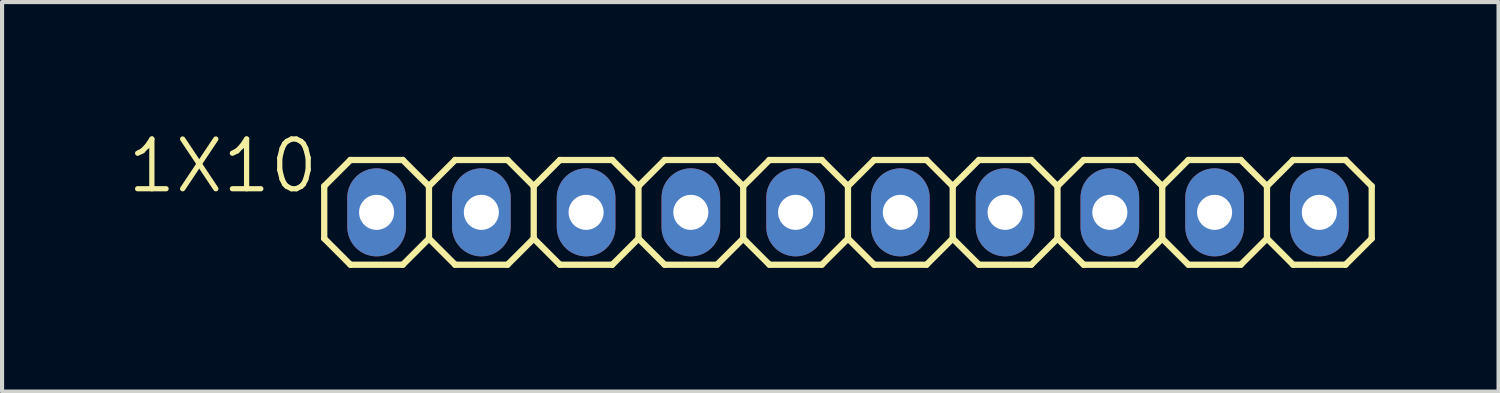
<source format=kicad_pcb>
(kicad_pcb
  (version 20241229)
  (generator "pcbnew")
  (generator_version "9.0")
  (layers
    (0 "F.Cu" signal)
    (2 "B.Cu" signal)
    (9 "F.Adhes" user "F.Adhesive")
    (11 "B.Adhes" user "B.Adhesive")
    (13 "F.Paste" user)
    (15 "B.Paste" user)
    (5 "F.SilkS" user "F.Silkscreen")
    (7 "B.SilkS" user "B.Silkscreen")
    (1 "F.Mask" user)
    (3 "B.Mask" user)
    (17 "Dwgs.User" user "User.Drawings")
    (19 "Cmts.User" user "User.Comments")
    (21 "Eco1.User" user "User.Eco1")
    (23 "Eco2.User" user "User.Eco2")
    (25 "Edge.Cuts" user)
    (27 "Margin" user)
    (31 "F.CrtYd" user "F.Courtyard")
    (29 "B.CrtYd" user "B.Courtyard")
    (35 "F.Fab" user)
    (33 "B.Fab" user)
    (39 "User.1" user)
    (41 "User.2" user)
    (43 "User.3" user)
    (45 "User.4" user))
  (footprint "1X10"
    (layer "F.Cu")
    (at 17.512 2.099)
    (property "Reference" "1X10" (at -12.776 -1.829 0) (layer "F.SilkS") (effects (font (size 1.206 1.206) (thickness 0.127)) (justify right top)))
    (attr through_hole)
    (fp_line (start -12.7 -0.635) (end -12.7 0.635) (stroke (width 0.152) (type solid)) (layer "F.SilkS"))
    (fp_line (start -12.7 0.635) (end -12.065 1.27) (stroke (width 0.152) (type solid)) (layer "F.SilkS"))
    (fp_line (start -12.065 -1.27) (end -12.7 -0.635) (stroke (width 0.152) (type solid)) (layer "F.SilkS"))
    (fp_line (start -12.065 -1.27) (end -10.795 -1.27) (stroke (width 0.152) (type solid)) (layer "F.SilkS"))
    (fp_line (start -10.795 -1.27) (end -10.16 -0.635) (stroke (width 0.152) (type solid)) (layer "F.SilkS"))
    (fp_line (start -10.795 1.27) (end -12.065 1.27) (stroke (width 0.152) (type solid)) (layer "F.SilkS"))
    (fp_line (start -10.16 -0.635) (end -10.16 0.635) (stroke (width 0.152) (type solid)) (layer "F.SilkS"))
    (fp_line (start -10.16 -0.635) (end -9.525 -1.27) (stroke (width 0.152) (type solid)) (layer "F.SilkS"))
    (fp_line (start -10.16 0.635) (end -10.795 1.27) (stroke (width 0.152) (type solid)) (layer "F.SilkS"))
    (fp_line (start -9.525 -1.27) (end -8.255 -1.27) (stroke (width 0.152) (type solid)) (layer "F.SilkS"))
    (fp_line (start -9.525 1.27) (end -10.16 0.635) (stroke (width 0.152) (type solid)) (layer "F.SilkS"))
    (fp_line (start -8.255 -1.27) (end -7.62 -0.635) (stroke (width 0.152) (type solid)) (layer "F.SilkS"))
    (fp_line (start -8.255 1.27) (end -9.525 1.27) (stroke (width 0.152) (type solid)) (layer "F.SilkS"))
    (fp_line (start -7.62 -0.635) (end -7.62 0.635) (stroke (width 0.152) (type solid)) (layer "F.SilkS"))
    (fp_line (start -7.62 -0.635) (end -6.985 -1.27) (stroke (width 0.152) (type solid)) (layer "F.SilkS"))
    (fp_line (start -7.62 0.635) (end -8.255 1.27) (stroke (width 0.152) (type solid)) (layer "F.SilkS"))
    (fp_line (start -6.985 -1.27) (end -5.715 -1.27) (stroke (width 0.152) (type solid)) (layer "F.SilkS"))
    (fp_line (start -6.985 1.27) (end -7.62 0.635) (stroke (width 0.152) (type solid)) (layer "F.SilkS"))
    (fp_line (start -5.715 -1.27) (end -5.08 -0.635) (stroke (width 0.152) (type solid)) (layer "F.SilkS"))
    (fp_line (start -5.715 1.27) (end -6.985 1.27) (stroke (width 0.152) (type solid)) (layer "F.SilkS"))
    (fp_line (start -5.08 -0.635) (end -5.08 0.635) (stroke (width 0.152) (type solid)) (layer "F.SilkS"))
    (fp_line (start -5.08 0.635) (end -5.715 1.27) (stroke (width 0.152) (type solid)) (layer "F.SilkS"))
    (fp_line (start -5.08 0.635) (end -4.445 1.27) (stroke (width 0.152) (type solid)) (layer "F.SilkS"))
    (fp_line (start -4.445 -1.27) (end -5.08 -0.635) (stroke (width 0.152) (type solid)) (layer "F.SilkS"))
    (fp_line (start -4.445 -1.27) (end -3.175 -1.27) (stroke (width 0.152) (type solid)) (layer "F.SilkS"))
    (fp_line (start -3.175 -1.27) (end -2.54 -0.635) (stroke (width 0.152) (type solid)) (layer "F.SilkS"))
    (fp_line (start -3.175 1.27) (end -4.445 1.27) (stroke (width 0.152) (type solid)) (layer "F.SilkS"))
    (fp_line (start -2.54 -0.635) (end -2.54 0.635) (stroke (width 0.152) (type solid)) (layer "F.SilkS"))
    (fp_line (start -2.54 -0.635) (end -1.905 -1.27) (stroke (width 0.152) (type solid)) (layer "F.SilkS"))
    (fp_line (start -2.54 0.635) (end -3.175 1.27) (stroke (width 0.152) (type solid)) (layer "F.SilkS"))
    (fp_line (start -1.905 -1.27) (end -0.635 -1.27) (stroke (width 0.152) (type solid)) (layer "F.SilkS"))
    (fp_line (start -1.905 1.27) (end -2.54 0.635) (stroke (width 0.152) (type solid)) (layer "F.SilkS"))
    (fp_line (start -0.635 -1.27) (end 0 -0.635) (stroke (width 0.152) (type solid)) (layer "F.SilkS"))
    (fp_line (start -0.635 1.27) (end -1.905 1.27) (stroke (width 0.152) (type solid)) (layer "F.SilkS"))
    (fp_line (start 0 -0.635) (end 0 0.635) (stroke (width 0.152) (type solid)) (layer "F.SilkS"))
    (fp_line (start 0 -0.635) (end 0.635 -1.27) (stroke (width 0.152) (type solid)) (layer "F.SilkS"))
    (fp_line (start 0 0.635) (end -0.635 1.27) (stroke (width 0.152) (type solid)) (layer "F.SilkS"))
    (fp_line (start 0.635 -1.27) (end 1.905 -1.27) (stroke (width 0.152) (type solid)) (layer "F.SilkS"))
    (fp_line (start 0.635 1.27) (end 0 0.635) (stroke (width 0.152) (type solid)) (layer "F.SilkS"))
    (fp_line (start 1.905 -1.27) (end 2.54 -0.635) (stroke (width 0.152) (type solid)) (layer "F.SilkS"))
    (fp_line (start 1.905 1.27) (end 0.635 1.27) (stroke (width 0.152) (type solid)) (layer "F.SilkS"))
    (fp_line (start 2.54 -0.635) (end 2.54 0.635) (stroke (width 0.152) (type solid)) (layer "F.SilkS"))
    (fp_line (start 2.54 0.635) (end 1.905 1.27) (stroke (width 0.152) (type solid)) (layer "F.SilkS"))
    (fp_line (start 2.54 0.635) (end 3.175 1.27) (stroke (width 0.152) (type solid)) (layer "F.SilkS"))
    (fp_line (start 3.175 -1.27) (end 2.54 -0.635) (stroke (width 0.152) (type solid)) (layer "F.SilkS"))
    (fp_line (start 3.175 -1.27) (end 4.445 -1.27) (stroke (width 0.152) (type solid)) (layer "F.SilkS"))
    (fp_line (start 4.445 -1.27) (end 5.08 -0.635) (stroke (width 0.152) (type solid)) (layer "F.SilkS"))
    (fp_line (start 4.445 1.27) (end 3.175 1.27) (stroke (width 0.152) (type solid)) (layer "F.SilkS"))
    (fp_line (start 5.08 -0.635) (end 5.08 0.635) (stroke (width 0.152) (type solid)) (layer "F.SilkS"))
    (fp_line (start 5.08 -0.635) (end 5.715 -1.27) (stroke (width 0.152) (type solid)) (layer "F.SilkS"))
    (fp_line (start 5.08 0.635) (end 4.445 1.27) (stroke (width 0.152) (type solid)) (layer "F.SilkS"))
    (fp_line (start 5.715 -1.27) (end 6.985 -1.27) (stroke (width 0.152) (type solid)) (layer "F.SilkS"))
    (fp_line (start 5.715 1.27) (end 5.08 0.635) (stroke (width 0.152) (type solid)) (layer "F.SilkS"))
    (fp_line (start 6.985 -1.27) (end 7.62 -0.635) (stroke (width 0.152) (type solid)) (layer "F.SilkS"))
    (fp_line (start 6.985 1.27) (end 5.715 1.27) (stroke (width 0.152) (type solid)) (layer "F.SilkS"))
    (fp_line (start 7.62 -0.635) (end 7.62 0.635) (stroke (width 0.152) (type solid)) (layer "F.SilkS"))
    (fp_line (start 7.62 -0.635) (end 8.255 -1.27) (stroke (width 0.152) (type solid)) (layer "F.SilkS"))
    (fp_line (start 7.62 0.635) (end 6.985 1.27) (stroke (width 0.152) (type solid)) (layer "F.SilkS"))
    (fp_line (start 8.255 -1.27) (end 9.525 -1.27) (stroke (width 0.152) (type solid)) (layer "F.SilkS"))
    (fp_line (start 8.255 1.27) (end 7.62 0.635) (stroke (width 0.152) (type solid)) (layer "F.SilkS"))
    (fp_line (start 9.525 -1.27) (end 10.16 -0.635) (stroke (width 0.152) (type solid)) (layer "F.SilkS"))
    (fp_line (start 9.525 1.27) (end 8.255 1.27) (stroke (width 0.152) (type solid)) (layer "F.SilkS"))
    (fp_line (start 10.16 -0.635) (end 10.16 0.635) (stroke (width 0.152) (type solid)) (layer "F.SilkS"))
    (fp_line (start 10.16 0.635) (end 9.525 1.27) (stroke (width 0.152) (type solid)) (layer "F.SilkS"))
    (fp_line (start 10.16 0.635) (end 10.795 1.27) (stroke (width 0.152) (type solid)) (layer "F.SilkS"))
    (fp_line (start 10.795 -1.27) (end 10.16 -0.635) (stroke (width 0.152) (type solid)) (layer "F.SilkS"))
    (fp_line (start 10.795 -1.27) (end 12.065 -1.27) (stroke (width 0.152) (type solid)) (layer "F.SilkS"))
    (fp_line (start 12.065 -1.27) (end 12.7 -0.635) (stroke (width 0.152) (type solid)) (layer "F.SilkS"))
    (fp_line (start 12.065 1.27) (end 10.795 1.27) (stroke (width 0.152) (type solid)) (layer "F.SilkS"))
    (fp_line (start 12.7 -0.635) (end 12.7 0.635) (stroke (width 0.152) (type solid)) (layer "F.SilkS"))
    (fp_line (start 12.7 0.635) (end 12.065 1.27) (stroke (width 0.152) (type solid)) (layer "F.SilkS"))
    (fp_poly (pts (xy -11.684 0.254) (xy -11.176 0.254) (xy -11.176 -0.254) (xy -11.684 -0.254)) (stroke (width 0.1) (type solid)) (fill no) (layer "F.Fab"))
    (fp_poly (pts (xy -9.144 0.254) (xy -8.636 0.254) (xy -8.636 -0.254) (xy -9.144 -0.254)) (stroke (width 0.1) (type solid)) (fill no) (layer "F.Fab"))
    (fp_poly (pts (xy -6.604 0.254) (xy -6.096 0.254) (xy -6.096 -0.254) (xy -6.604 -0.254)) (stroke (width 0.1) (type solid)) (fill no) (layer "F.Fab"))
    (fp_poly (pts (xy -4.064 0.254) (xy -3.556 0.254) (xy -3.556 -0.254) (xy -4.064 -0.254)) (stroke (width 0.1) (type solid)) (fill no) (layer "F.Fab"))
    (fp_poly (pts (xy -1.524 0.254) (xy -1.016 0.254) (xy -1.016 -0.254) (xy -1.524 -0.254)) (stroke (width 0.1) (type solid)) (fill no) (layer "F.Fab"))
    (fp_poly (pts (xy 1.016 0.254) (xy 1.524 0.254) (xy 1.524 -0.254) (xy 1.016 -0.254)) (stroke (width 0.1) (type solid)) (fill no) (layer "F.Fab"))
    (fp_poly (pts (xy 3.556 0.254) (xy 4.064 0.254) (xy 4.064 -0.254) (xy 3.556 -0.254)) (stroke (width 0.1) (type solid)) (fill no) (layer "F.Fab"))
    (fp_poly (pts (xy 6.096 0.254) (xy 6.604 0.254) (xy 6.604 -0.254) (xy 6.096 -0.254)) (stroke (width 0.1) (type solid)) (fill no) (layer "F.Fab"))
    (fp_poly (pts (xy 8.636 0.254) (xy 9.144 0.254) (xy 9.144 -0.254) (xy 8.636 -0.254)) (stroke (width 0.1) (type solid)) (fill no) (layer "F.Fab"))
    (fp_poly (pts (xy 11.176 0.254) (xy 11.684 0.254) (xy 11.684 -0.254) (xy 11.176 -0.254)) (stroke (width 0.1) (type solid)) (fill no) (layer "F.Fab"))
    (pad "1" thru_hole oval (at -11.43 0 90) (size 2.134 1.422) (drill 0.85) (layers "*.Cu" "*.Mask"))
    (pad "2" thru_hole oval (at -8.89 0 90) (size 2.134 1.422) (drill 0.85) (layers "*.Cu" "*.Mask"))
    (pad "3" thru_hole oval (at -6.35 0 90) (size 2.134 1.422) (drill 0.85) (layers "*.Cu" "*.Mask"))
    (pad "4" thru_hole oval (at -3.81 0 90) (size 2.134 1.422) (drill 0.85) (layers "*.Cu" "*.Mask"))
    (pad "5" thru_hole oval (at -1.27 0 90) (size 2.134 1.422) (drill 0.85) (layers "*.Cu" "*.Mask"))
    (pad "6" thru_hole oval (at 1.27 0 90) (size 2.134 1.422) (drill 0.85) (layers "*.Cu" "*.Mask"))
    (pad "7" thru_hole oval (at 3.81 0 90) (size 2.134 1.422) (drill 0.85) (layers "*.Cu" "*.Mask"))
    (pad "8" thru_hole oval (at 6.35 0 90) (size 2.134 1.422) (drill 0.85) (layers "*.Cu" "*.Mask"))
    (pad "9" thru_hole oval (at 8.89 0 90) (size 2.134 1.422) (drill 0.85) (layers "*.Cu" "*.Mask"))
    (pad "10" thru_hole oval (at 11.43 0 90) (size 2.134 1.422) (drill 0.85) (layers "*.Cu" "*.Mask")))
  (gr_rect
    (start -3 -3)
    (end 33.288 6.445)
    (stroke (width 0.1) (type default))
    (fill no)
    (layer "Edge.Cuts")))
</source>
